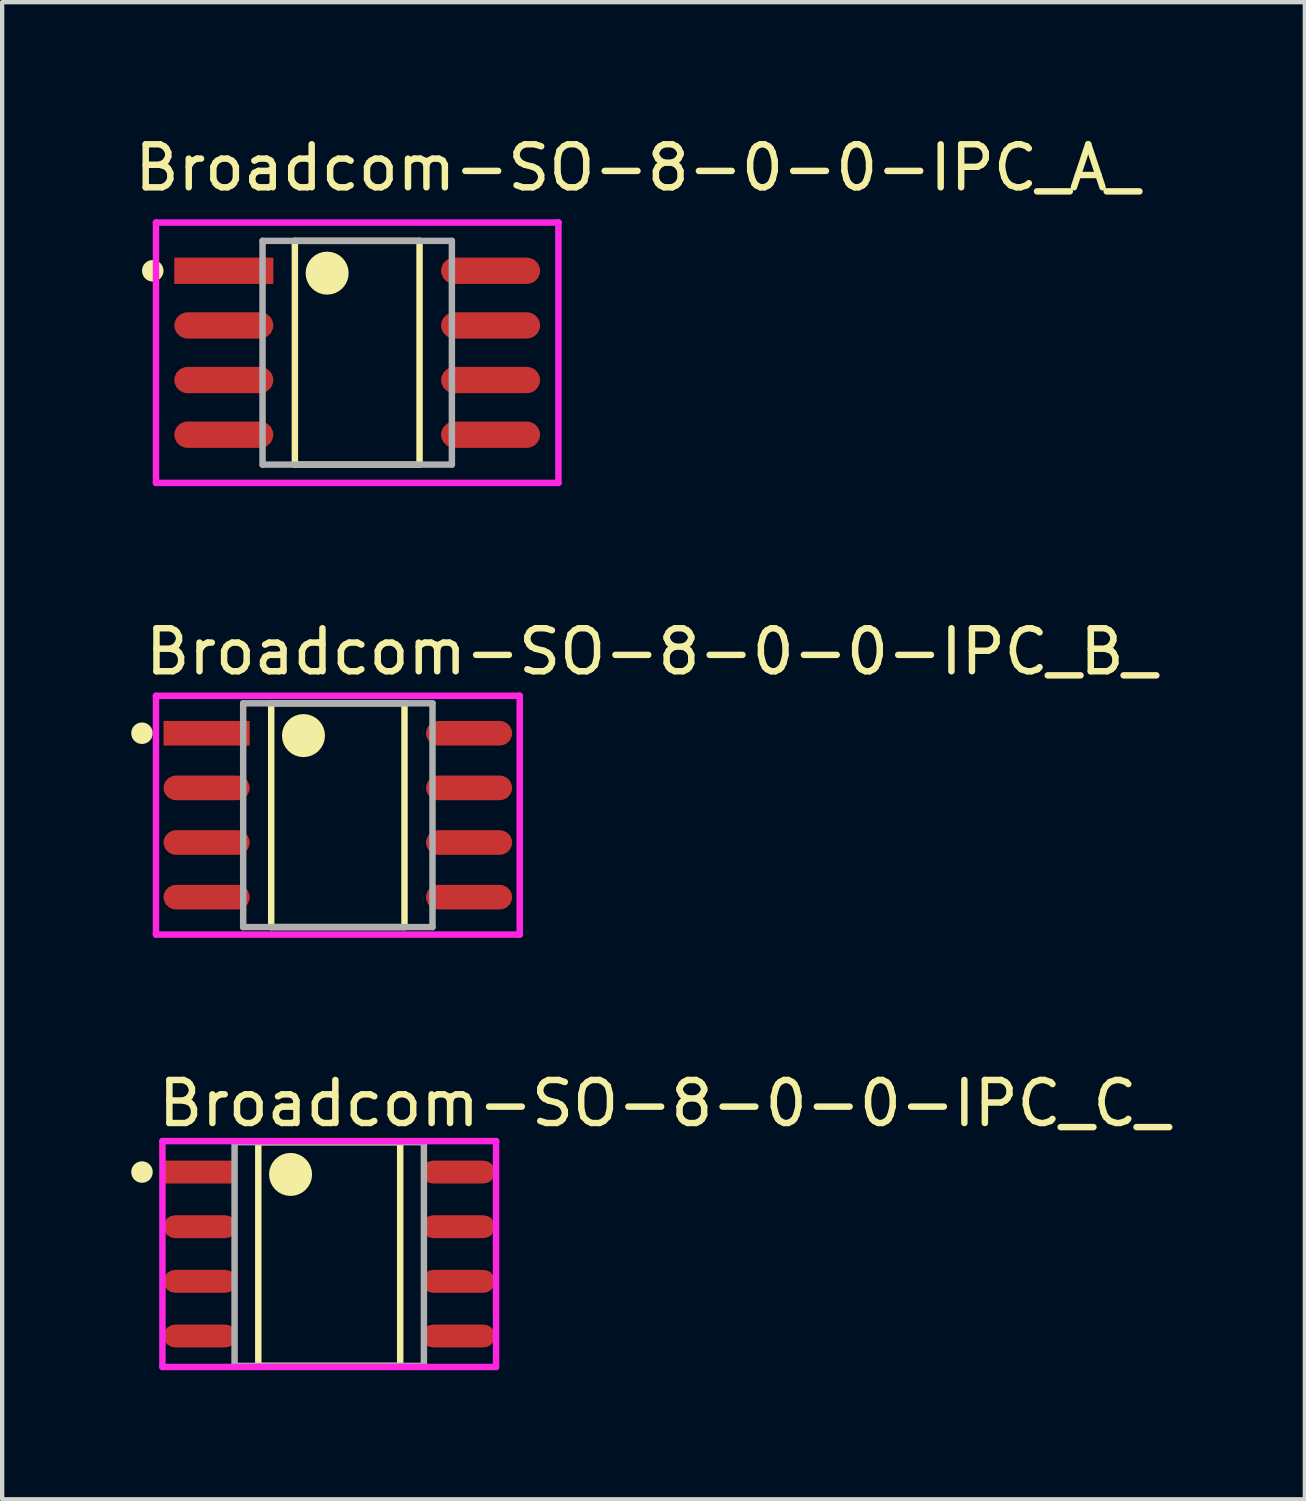
<source format=kicad_pcb>
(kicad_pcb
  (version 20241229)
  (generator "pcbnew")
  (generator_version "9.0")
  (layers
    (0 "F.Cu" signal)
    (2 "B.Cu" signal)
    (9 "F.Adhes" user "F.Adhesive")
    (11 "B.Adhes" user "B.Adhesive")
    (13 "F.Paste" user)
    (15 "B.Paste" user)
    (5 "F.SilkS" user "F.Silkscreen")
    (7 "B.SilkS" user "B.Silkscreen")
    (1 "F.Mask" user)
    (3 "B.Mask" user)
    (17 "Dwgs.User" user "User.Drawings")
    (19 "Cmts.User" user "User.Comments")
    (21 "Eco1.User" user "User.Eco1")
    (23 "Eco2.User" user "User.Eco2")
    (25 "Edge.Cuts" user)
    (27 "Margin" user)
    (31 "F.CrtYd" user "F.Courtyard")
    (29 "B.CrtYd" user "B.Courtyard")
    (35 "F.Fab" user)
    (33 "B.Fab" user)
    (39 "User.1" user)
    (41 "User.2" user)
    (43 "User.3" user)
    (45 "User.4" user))
  (footprint "Broadcom-SO-8-0-0-IPC_B_"
    (layer "F.Cu")
    (at 4.802 15.896)
    (property "Reference" "Broadcom-SO-8-0-0-IPC_B_" (at -4.552 -3.8 0) (layer "F.SilkS") (effects (font (size 1 1) (thickness 0.15)) (justify left)))
    (attr through_hole)
    (fp_line (start -1.549 -2.6) (end 1.549 -2.6) (stroke (width 0.15) (type solid)) (layer "F.SilkS"))
    (fp_line (start -1.549 2.6) (end -1.549 -2.6) (stroke (width 0.15) (type solid)) (layer "F.SilkS"))
    (fp_line (start 1.549 -2.6) (end 1.549 2.6) (stroke (width 0.15) (type solid)) (layer "F.SilkS"))
    (fp_line (start 1.549 2.6) (end -1.549 2.6) (stroke (width 0.15) (type solid)) (layer "F.SilkS"))
    (fp_circle (center -4.552 -1.905) (end -4.427 -1.905) (stroke (width 0.25) (type solid)) (fill no) (layer "F.SilkS"))
    (fp_circle (center -0.799 -1.85) (end -0.549 -1.85) (stroke (width 0.5) (type solid)) (fill no) (layer "F.SilkS"))
    (fp_line (start -4.227 -2.775) (end -4.227 2.775) (stroke (width 0.15) (type solid)) (layer "F.CrtYd"))
    (fp_line (start -4.227 2.775) (end 4.227 2.775) (stroke (width 0.15) (type solid)) (layer "F.CrtYd"))
    (fp_line (start 4.227 -2.775) (end -4.227 -2.775) (stroke (width 0.15) (type solid)) (layer "F.CrtYd"))
    (fp_line (start 4.227 -2.775) (end 4.227 -2.775) (stroke (width 0.15) (type solid)) (layer "F.CrtYd"))
    (fp_line (start 4.227 2.775) (end 4.227 -2.775) (stroke (width 0.15) (type solid)) (layer "F.CrtYd"))
    (fp_line (start -2.2 -2.6) (end 2.2 -2.6) (stroke (width 0.15) (type solid)) (layer "F.Fab"))
    (fp_line (start -2.2 2.6) (end -2.2 -2.6) (stroke (width 0.15) (type solid)) (layer "F.Fab"))
    (fp_line (start 2.2 -2.6) (end 2.2 2.6) (stroke (width 0.15) (type solid)) (layer "F.Fab"))
    (fp_line (start 2.2 2.6) (end -2.2 2.6) (stroke (width 0.15) (type solid)) (layer "F.Fab"))
    (pad "1" smd rect (at -3.05 -1.905) (size 2.003 0.572) (layers "F.Cu" "F.Mask" "F.Paste"))
    (pad "2" smd roundrect (at -3.05 -0.635) (size 2.003 0.572) (layers "F.Cu" "F.Mask" "F.Paste") (roundrect_rratio 0.5))
    (pad "3" smd roundrect (at -3.05 0.635) (size 2.003 0.572) (layers "F.Cu" "F.Mask" "F.Paste") (roundrect_rratio 0.5))
    (pad "4" smd roundrect (at -3.05 1.905) (size 2.003 0.572) (layers "F.Cu" "F.Mask" "F.Paste") (roundrect_rratio 0.5))
    (pad "5" smd roundrect (at 3.05 1.905) (size 2.003 0.572) (layers "F.Cu" "F.Mask" "F.Paste") (roundrect_rratio 0.5))
    (pad "6" smd roundrect (at 3.05 0.635) (size 2.003 0.572) (layers "F.Cu" "F.Mask" "F.Paste") (roundrect_rratio 0.5))
    (pad "7" smd roundrect (at 3.05 -0.635) (size 2.003 0.572) (layers "F.Cu" "F.Mask" "F.Paste") (roundrect_rratio 0.5))
    (pad "8" smd roundrect (at 3.05 -1.905) (size 2.003 0.572) (layers "F.Cu" "F.Mask" "F.Paste") (roundrect_rratio 0.5)))
  (footprint "Broadcom-SO-8-0-0-IPC_A_"
    (layer "F.Cu")
    (at 5.252 5.148)
    (property "Reference" "Broadcom-SO-8-0-0-IPC_A_" (at -5.252 -4.3 0) (layer "F.SilkS") (effects (font (size 1 1) (thickness 0.15)) (justify left)))
    (attr through_hole)
    (fp_line (start -1.449 -2.6) (end 1.449 -2.6) (stroke (width 0.15) (type solid)) (layer "F.SilkS"))
    (fp_line (start -1.449 2.6) (end -1.449 -2.6) (stroke (width 0.15) (type solid)) (layer "F.SilkS"))
    (fp_line (start 1.449 -2.6) (end 1.449 2.6) (stroke (width 0.15) (type solid)) (layer "F.SilkS"))
    (fp_line (start 1.449 2.6) (end -1.449 2.6) (stroke (width 0.15) (type solid)) (layer "F.SilkS"))
    (fp_circle (center -4.752 -1.905) (end -4.627 -1.905) (stroke (width 0.25) (type solid)) (fill no) (layer "F.SilkS"))
    (fp_circle (center -0.699 -1.85) (end -0.449 -1.85) (stroke (width 0.5) (type solid)) (fill no) (layer "F.SilkS"))
    (fp_line (start -4.677 -3.025) (end -4.677 3.025) (stroke (width 0.15) (type solid)) (layer "F.CrtYd"))
    (fp_line (start -4.677 3.025) (end 4.677 3.025) (stroke (width 0.15) (type solid)) (layer "F.CrtYd"))
    (fp_line (start 4.677 -3.025) (end -4.677 -3.025) (stroke (width 0.15) (type solid)) (layer "F.CrtYd"))
    (fp_line (start 4.677 -3.025) (end 4.677 -3.025) (stroke (width 0.15) (type solid)) (layer "F.CrtYd"))
    (fp_line (start 4.677 3.025) (end 4.677 -3.025) (stroke (width 0.15) (type solid)) (layer "F.CrtYd"))
    (fp_line (start -2.2 -2.6) (end 2.2 -2.6) (stroke (width 0.15) (type solid)) (layer "F.Fab"))
    (fp_line (start -2.2 2.6) (end -2.2 -2.6) (stroke (width 0.15) (type solid)) (layer "F.Fab"))
    (fp_line (start 2.2 -2.6) (end 2.2 2.6) (stroke (width 0.15) (type solid)) (layer "F.Fab"))
    (fp_line (start 2.2 2.6) (end -2.2 2.6) (stroke (width 0.15) (type solid)) (layer "F.Fab"))
    (pad "1" smd rect (at -3.1 -1.905) (size 2.303 0.612) (layers "F.Cu" "F.Mask" "F.Paste"))
    (pad "2" smd roundrect (at -3.1 -0.635) (size 2.303 0.612) (layers "F.Cu" "F.Mask" "F.Paste") (roundrect_rratio 0.5))
    (pad "3" smd roundrect (at -3.1 0.635) (size 2.303 0.612) (layers "F.Cu" "F.Mask" "F.Paste") (roundrect_rratio 0.5))
    (pad "4" smd roundrect (at -3.1 1.905) (size 2.303 0.612) (layers "F.Cu" "F.Mask" "F.Paste") (roundrect_rratio 0.5))
    (pad "5" smd roundrect (at 3.1 1.905) (size 2.303 0.612) (layers "F.Cu" "F.Mask" "F.Paste") (roundrect_rratio 0.5))
    (pad "6" smd roundrect (at 3.1 0.635) (size 2.303 0.612) (layers "F.Cu" "F.Mask" "F.Paste") (roundrect_rratio 0.5))
    (pad "7" smd roundrect (at 3.1 -0.635) (size 2.303 0.612) (layers "F.Cu" "F.Mask" "F.Paste") (roundrect_rratio 0.5))
    (pad "8" smd roundrect (at 3.1 -1.905) (size 2.303 0.612) (layers "F.Cu" "F.Mask" "F.Paste") (roundrect_rratio 0.5)))
  (footprint "Broadcom-SO-8-0-0-IPC_C_"
    (layer "F.Cu")
    (at 4.602 26.095)
    (property "Reference" "Broadcom-SO-8-0-0-IPC_C_" (at -4.052 -3.5 0) (layer "F.SilkS") (effects (font (size 1 1) (thickness 0.15)) (justify left)))
    (attr through_hole)
    (fp_line (start -1.649 -2.6) (end 1.649 -2.6) (stroke (width 0.15) (type solid)) (layer "F.SilkS"))
    (fp_line (start -1.649 2.6) (end -1.649 -2.6) (stroke (width 0.15) (type solid)) (layer "F.SilkS"))
    (fp_line (start 1.649 -2.6) (end 1.649 2.6) (stroke (width 0.15) (type solid)) (layer "F.SilkS"))
    (fp_line (start 1.649 2.6) (end -1.649 2.6) (stroke (width 0.15) (type solid)) (layer "F.SilkS"))
    (fp_circle (center -4.352 -1.905) (end -4.227 -1.905) (stroke (width 0.25) (type solid)) (fill no) (layer "F.SilkS"))
    (fp_circle (center -0.899 -1.85) (end -0.649 -1.85) (stroke (width 0.5) (type solid)) (fill no) (layer "F.SilkS"))
    (fp_line (start -3.877 -2.625) (end -3.877 2.625) (stroke (width 0.15) (type solid)) (layer "F.CrtYd"))
    (fp_line (start -3.877 2.625) (end 3.877 2.625) (stroke (width 0.15) (type solid)) (layer "F.CrtYd"))
    (fp_line (start 3.877 -2.625) (end -3.877 -2.625) (stroke (width 0.15) (type solid)) (layer "F.CrtYd"))
    (fp_line (start 3.877 -2.625) (end 3.877 -2.625) (stroke (width 0.15) (type solid)) (layer "F.CrtYd"))
    (fp_line (start 3.877 2.625) (end 3.877 -2.625) (stroke (width 0.15) (type solid)) (layer "F.CrtYd"))
    (fp_line (start -2.2 -2.6) (end 2.2 -2.6) (stroke (width 0.15) (type solid)) (layer "F.Fab"))
    (fp_line (start -2.2 2.6) (end -2.2 -2.6) (stroke (width 0.15) (type solid)) (layer "F.Fab"))
    (fp_line (start 2.2 -2.6) (end 2.2 2.6) (stroke (width 0.15) (type solid)) (layer "F.Fab"))
    (fp_line (start 2.2 2.6) (end -2.2 2.6) (stroke (width 0.15) (type solid)) (layer "F.Fab"))
    (pad "1" smd rect (at -3 -1.905) (size 1.703 0.532) (layers "F.Cu" "F.Mask" "F.Paste"))
    (pad "2" smd roundrect (at -3 -0.635) (size 1.703 0.532) (layers "F.Cu" "F.Mask" "F.Paste") (roundrect_rratio 0.5))
    (pad "3" smd roundrect (at -3 0.635) (size 1.703 0.532) (layers "F.Cu" "F.Mask" "F.Paste") (roundrect_rratio 0.5))
    (pad "4" smd roundrect (at -3 1.905) (size 1.703 0.532) (layers "F.Cu" "F.Mask" "F.Paste") (roundrect_rratio 0.5))
    (pad "5" smd roundrect (at 3 1.905) (size 1.703 0.532) (layers "F.Cu" "F.Mask" "F.Paste") (roundrect_rratio 0.5))
    (pad "6" smd roundrect (at 3 0.635) (size 1.703 0.532) (layers "F.Cu" "F.Mask" "F.Paste") (roundrect_rratio 0.5))
    (pad "7" smd roundrect (at 3 -0.635) (size 1.703 0.532) (layers "F.Cu" "F.Mask" "F.Paste") (roundrect_rratio 0.5))
    (pad "8" smd roundrect (at 3 -1.905) (size 1.703 0.532) (layers "F.Cu" "F.Mask" "F.Paste") (roundrect_rratio 0.5)))
  (gr_rect
    (start -3 -3)
    (end 27.276 31.795)
    (stroke (width 0.1) (type default))
    (fill no)
    (layer "Edge.Cuts")))
</source>
